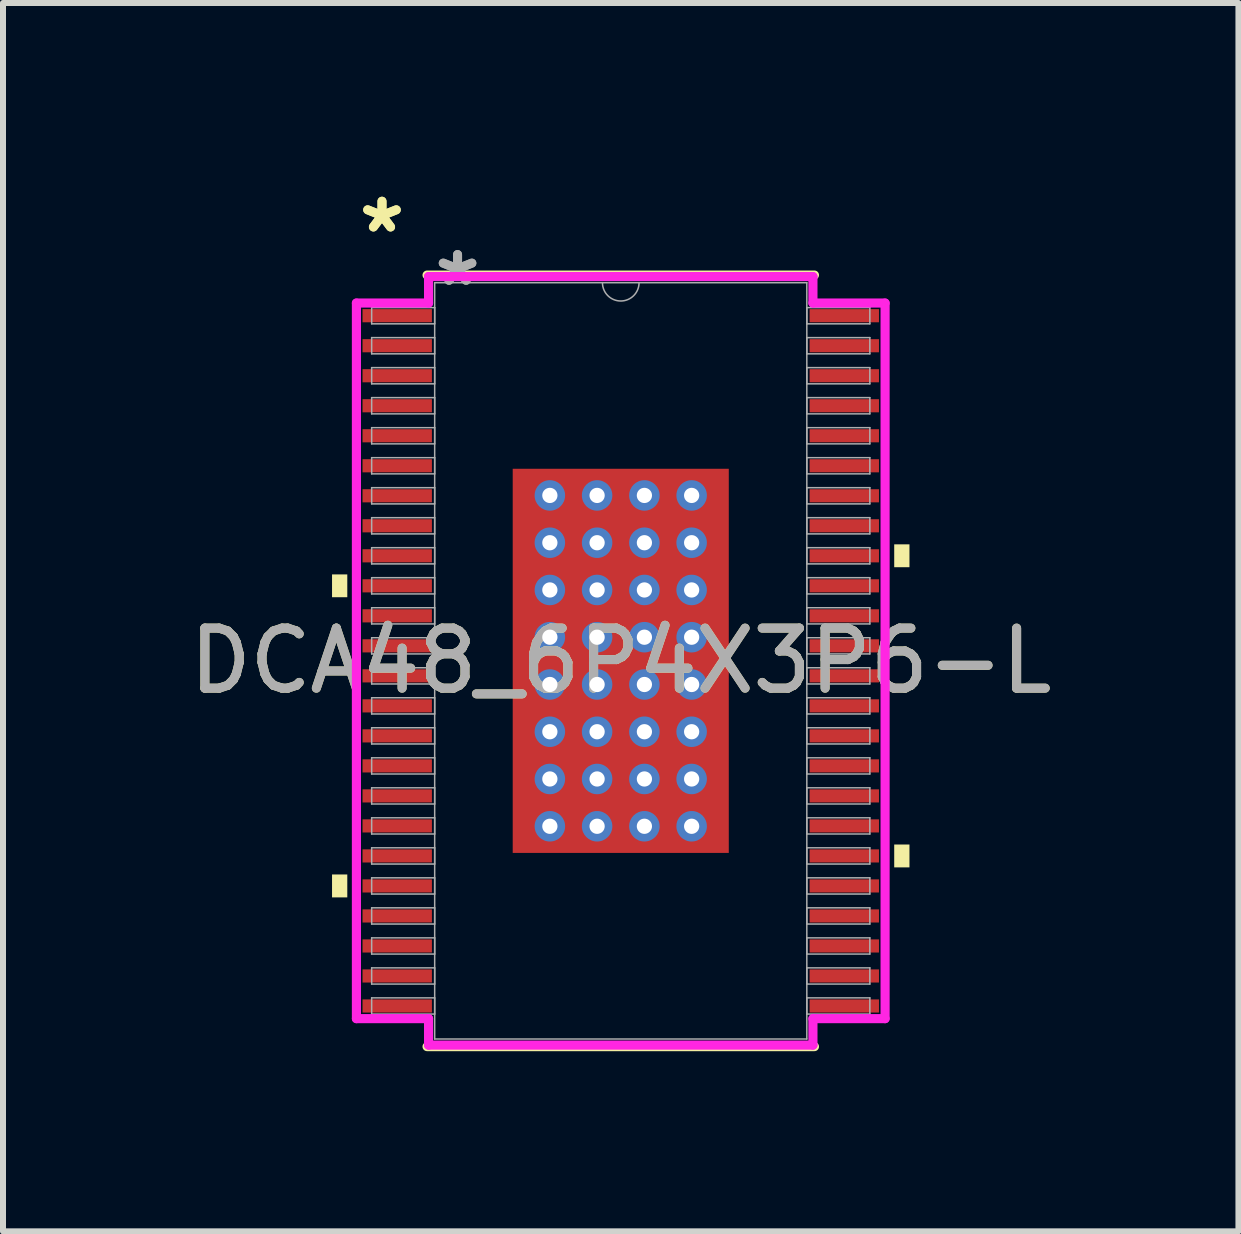
<source format=kicad_pcb>
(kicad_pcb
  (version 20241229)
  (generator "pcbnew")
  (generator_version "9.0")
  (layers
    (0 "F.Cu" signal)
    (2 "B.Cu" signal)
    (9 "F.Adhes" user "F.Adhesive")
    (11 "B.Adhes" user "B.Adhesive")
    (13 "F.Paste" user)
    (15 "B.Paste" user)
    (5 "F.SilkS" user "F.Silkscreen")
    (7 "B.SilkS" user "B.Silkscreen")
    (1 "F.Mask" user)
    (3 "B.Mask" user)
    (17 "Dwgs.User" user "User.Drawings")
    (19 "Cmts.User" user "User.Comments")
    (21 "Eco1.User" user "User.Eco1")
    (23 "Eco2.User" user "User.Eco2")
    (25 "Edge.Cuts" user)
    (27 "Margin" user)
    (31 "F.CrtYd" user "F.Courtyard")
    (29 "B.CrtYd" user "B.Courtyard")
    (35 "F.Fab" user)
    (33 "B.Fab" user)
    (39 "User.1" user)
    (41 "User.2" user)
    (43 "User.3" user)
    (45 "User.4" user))
  (footprint "DCA48_6P4X3P6-L"
    (layer "F.Cu")
    (at 7.292 7.96)
    (property "Reference" "DCA48_6P4X3P6-L" (at 0 0 0) (unlocked yes) (layer "F.SilkS") (effects (font (size 1 1) (thickness 0.15))))
    (attr smd)
    (fp_poly (pts (xy -1.863 -3.264) (xy -1.381 -3.264) (xy -1.381 3.264) (xy -1.863 3.264)) (stroke (width 0) (type solid)) (fill yes) (layer "F.Mask"))
    (fp_poly (pts (xy -1.863 -3.264) (xy 1.863 -3.264) (xy 1.863 -2.956) (xy -1.863 -2.956)) (stroke (width 0) (type solid)) (fill yes) (layer "F.Mask"))
    (fp_poly (pts (xy -1.863 -2.556) (xy 1.863 -2.556) (xy 1.863 -2.168) (xy -1.863 -2.168)) (stroke (width 0) (type solid)) (fill yes) (layer "F.Mask"))
    (fp_poly (pts (xy -1.863 -1.768) (xy 1.863 -1.768) (xy 1.863 -1.381) (xy -1.863 -1.381)) (stroke (width 0) (type solid)) (fill yes) (layer "F.Mask"))
    (fp_poly (pts (xy -1.863 -0.981) (xy 1.863 -0.981) (xy 1.863 -0.594) (xy -1.863 -0.594)) (stroke (width 0) (type solid)) (fill yes) (layer "F.Mask"))
    (fp_poly (pts (xy -1.863 -0.194) (xy 1.863 -0.194) (xy 1.863 0.194) (xy -1.863 0.194)) (stroke (width 0) (type solid)) (fill yes) (layer "F.Mask"))
    (fp_poly (pts (xy -1.863 0.594) (xy 1.863 0.594) (xy 1.863 0.981) (xy -1.863 0.981)) (stroke (width 0) (type solid)) (fill yes) (layer "F.Mask"))
    (fp_poly (pts (xy -1.863 1.381) (xy 1.863 1.381) (xy 1.863 1.768) (xy -1.863 1.768)) (stroke (width 0) (type solid)) (fill yes) (layer "F.Mask"))
    (fp_poly (pts (xy -1.863 2.168) (xy 1.863 2.168) (xy 1.863 2.556) (xy -1.863 2.556)) (stroke (width 0) (type solid)) (fill yes) (layer "F.Mask"))
    (fp_poly (pts (xy -1.863 2.956) (xy 1.863 2.956) (xy 1.863 3.264) (xy -1.863 3.264)) (stroke (width 0) (type solid)) (fill yes) (layer "F.Mask"))
    (fp_poly (pts (xy -0.594 -3.264) (xy -0.981 -3.264) (xy -0.981 3.264) (xy -0.594 3.264)) (stroke (width 0) (type solid)) (fill yes) (layer "F.Mask"))
    (fp_poly (pts (xy 0.194 -3.264) (xy -0.194 -3.264) (xy -0.194 3.264) (xy 0.194 3.264)) (stroke (width 0) (type solid)) (fill yes) (layer "F.Mask"))
    (fp_poly (pts (xy 0.981 -3.264) (xy 0.594 -3.264) (xy 0.594 3.264) (xy 0.981 3.264)) (stroke (width 0) (type solid)) (fill yes) (layer "F.Mask"))
    (fp_poly (pts (xy 1.381 -3.264) (xy 1.863 -3.264) (xy 1.863 3.264) (xy 1.381 3.264)) (stroke (width 0) (type solid)) (fill yes) (layer "F.Mask"))
    (fp_line (start -3.227 6.427) (end 3.227 6.427) (stroke (width 0.152) (type solid)) (layer "F.SilkS"))
    (fp_line (start 3.227 -6.427) (end -3.227 -6.427) (stroke (width 0.152) (type solid)) (layer "F.SilkS"))
    (fp_poly (pts (xy -4.81 -1.44) (xy -4.81 -1.06) (xy -4.556 -1.06) (xy -4.556 -1.44)) (stroke (width 0) (type solid)) (fill yes) (layer "F.SilkS"))
    (fp_poly (pts (xy -4.81 3.559) (xy -4.81 3.941) (xy -4.556 3.941) (xy -4.556 3.559)) (stroke (width 0) (type solid)) (fill yes) (layer "F.SilkS"))
    (fp_poly (pts (xy 4.81 -1.941) (xy 4.81 -1.56) (xy 4.556 -1.56) (xy 4.556 -1.941)) (stroke (width 0) (type solid)) (fill yes) (layer "F.SilkS"))
    (fp_poly (pts (xy 4.81 3.06) (xy 4.81 3.441) (xy 4.556 3.441) (xy 4.556 3.06)) (stroke (width 0) (type solid)) (fill yes) (layer "F.SilkS"))
    (fp_poly (pts (xy -1.725 -3.125) (xy -1.725 -2.856) (xy -1.423 -2.856) (xy -1.281 -2.997) (xy -1.281 -3.125)) (stroke (width 0) (type solid)) (fill yes) (layer "F.Paste"))
    (fp_poly (pts (xy -1.725 2.856) (xy -1.725 3.125) (xy -1.281 3.125) (xy -1.281 2.997) (xy -1.423 2.856)) (stroke (width 0) (type solid)) (fill yes) (layer "F.Paste"))
    (fp_poly (pts (xy 1.281 -3.125) (xy 1.281 -2.997) (xy 1.423 -2.856) (xy 1.725 -2.856) (xy 1.725 -3.125)) (stroke (width 0) (type solid)) (fill yes) (layer "F.Paste"))
    (fp_poly (pts (xy 1.423 2.856) (xy 1.281 2.997) (xy 1.281 3.125) (xy 1.725 3.125) (xy 1.725 2.856)) (stroke (width 0) (type solid)) (fill yes) (layer "F.Paste"))
    (fp_poly (pts (xy -1.725 -2.656) (xy -1.725 -2.068) (xy -1.423 -2.068) (xy -1.281 -2.21) (xy -1.281 -2.514) (xy -1.423 -2.656)) (stroke (width 0) (type solid)) (fill yes) (layer "F.Paste"))
    (fp_poly (pts (xy -1.725 -1.869) (xy -1.725 -1.281) (xy -1.423 -1.281) (xy -1.281 -1.423) (xy -1.281 -1.727) (xy -1.423 -1.869)) (stroke (width 0) (type solid)) (fill yes) (layer "F.Paste"))
    (fp_poly (pts (xy -1.725 -1.081) (xy -1.725 -0.494) (xy -1.423 -0.494) (xy -1.281 -0.635) (xy -1.281 -0.94) (xy -1.423 -1.081)) (stroke (width 0) (type solid)) (fill yes) (layer "F.Paste"))
    (fp_poly (pts (xy -1.725 -0.294) (xy -1.725 0.294) (xy -1.423 0.294) (xy -1.281 0.152) (xy -1.281 -0.152) (xy -1.423 -0.294)) (stroke (width 0) (type solid)) (fill yes) (layer "F.Paste"))
    (fp_poly (pts (xy -1.725 0.494) (xy -1.725 1.081) (xy -1.423 1.081) (xy -1.281 0.94) (xy -1.281 0.635) (xy -1.423 0.494)) (stroke (width 0) (type solid)) (fill yes) (layer "F.Paste"))
    (fp_poly (pts (xy -1.725 1.281) (xy -1.725 1.869) (xy -1.423 1.869) (xy -1.281 1.727) (xy -1.281 1.423) (xy -1.423 1.281)) (stroke (width 0) (type solid)) (fill yes) (layer "F.Paste"))
    (fp_poly (pts (xy -1.725 2.068) (xy -1.725 2.656) (xy -1.423 2.656) (xy -1.281 2.514) (xy -1.281 2.21) (xy -1.423 2.068)) (stroke (width 0) (type solid)) (fill yes) (layer "F.Paste"))
    (fp_poly (pts (xy -1.081 -3.125) (xy -1.081 -2.997) (xy -0.94 -2.856) (xy -0.635 -2.856) (xy -0.494 -2.997) (xy -0.494 -3.125)) (stroke (width 0) (type solid)) (fill yes) (layer "F.Paste"))
    (fp_poly (pts (xy -0.94 2.856) (xy -1.081 2.997) (xy -1.081 3.125) (xy -0.494 3.125) (xy -0.494 2.997) (xy -0.635 2.856)) (stroke (width 0) (type solid)) (fill yes) (layer "F.Paste"))
    (fp_poly (pts (xy -0.294 -3.125) (xy -0.294 -2.997) (xy -0.152 -2.856) (xy 0.152 -2.856) (xy 0.294 -2.997) (xy 0.294 -3.125)) (stroke (width 0) (type solid)) (fill yes) (layer "F.Paste"))
    (fp_poly (pts (xy -0.152 2.856) (xy -0.294 2.997) (xy -0.294 3.125) (xy 0.294 3.125) (xy 0.294 2.997) (xy 0.152 2.856)) (stroke (width 0) (type solid)) (fill yes) (layer "F.Paste"))
    (fp_poly (pts (xy 0.494 -3.125) (xy 0.494 -2.997) (xy 0.635 -2.856) (xy 0.94 -2.856) (xy 1.081 -2.997) (xy 1.081 -3.125)) (stroke (width 0) (type solid)) (fill yes) (layer "F.Paste"))
    (fp_poly (pts (xy 0.635 2.856) (xy 0.494 2.997) (xy 0.494 3.125) (xy 1.081 3.125) (xy 1.081 2.997) (xy 0.94 2.856)) (stroke (width 0) (type solid)) (fill yes) (layer "F.Paste"))
    (fp_poly (pts (xy 1.423 -2.656) (xy 1.281 -2.514) (xy 1.281 -2.21) (xy 1.423 -2.068) (xy 1.725 -2.068) (xy 1.725 -2.656)) (stroke (width 0) (type solid)) (fill yes) (layer "F.Paste"))
    (fp_poly (pts (xy 1.423 -1.869) (xy 1.281 -1.727) (xy 1.281 -1.423) (xy 1.423 -1.281) (xy 1.725 -1.281) (xy 1.725 -1.869)) (stroke (width 0) (type solid)) (fill yes) (layer "F.Paste"))
    (fp_poly (pts (xy 1.423 -1.081) (xy 1.281 -0.94) (xy 1.281 -0.635) (xy 1.423 -0.494) (xy 1.725 -0.494) (xy 1.725 -1.081)) (stroke (width 0) (type solid)) (fill yes) (layer "F.Paste"))
    (fp_poly (pts (xy 1.423 -0.294) (xy 1.281 -0.152) (xy 1.281 0.152) (xy 1.423 0.294) (xy 1.725 0.294) (xy 1.725 -0.294)) (stroke (width 0) (type solid)) (fill yes) (layer "F.Paste"))
    (fp_poly (pts (xy 1.423 0.494) (xy 1.281 0.635) (xy 1.281 0.94) (xy 1.423 1.081) (xy 1.725 1.081) (xy 1.725 0.494)) (stroke (width 0) (type solid)) (fill yes) (layer "F.Paste"))
    (fp_poly (pts (xy 1.423 1.281) (xy 1.281 1.423) (xy 1.281 1.727) (xy 1.423 1.869) (xy 1.725 1.869) (xy 1.725 1.281)) (stroke (width 0) (type solid)) (fill yes) (layer "F.Paste"))
    (fp_poly (pts (xy 1.423 2.068) (xy 1.281 2.21) (xy 1.281 2.514) (xy 1.423 2.656) (xy 1.725 2.656) (xy 1.725 2.068)) (stroke (width 0) (type solid)) (fill yes) (layer "F.Paste"))
    (fp_poly (pts (xy -0.94 -2.656) (xy -1.081 -2.514) (xy -1.081 -2.21) (xy -0.94 -2.068) (xy -0.635 -2.068) (xy -0.494 -2.21) (xy -0.494 -2.514) (xy -0.635 -2.656)) (stroke (width 0) (type solid)) (fill yes) (layer "F.Paste"))
    (fp_poly (pts (xy -0.94 -1.869) (xy -1.081 -1.727) (xy -1.081 -1.423) (xy -0.94 -1.281) (xy -0.635 -1.281) (xy -0.494 -1.423) (xy -0.494 -1.727) (xy -0.635 -1.869)) (stroke (width 0) (type solid)) (fill yes) (layer "F.Paste"))
    (fp_poly (pts (xy -0.94 -1.081) (xy -1.081 -0.94) (xy -1.081 -0.635) (xy -0.94 -0.494) (xy -0.635 -0.494) (xy -0.494 -0.635) (xy -0.494 -0.94) (xy -0.635 -1.081)) (stroke (width 0) (type solid)) (fill yes) (layer "F.Paste"))
    (fp_poly (pts (xy -0.94 -0.294) (xy -1.081 -0.152) (xy -1.081 0.152) (xy -0.94 0.294) (xy -0.635 0.294) (xy -0.494 0.152) (xy -0.494 -0.152) (xy -0.635 -0.294)) (stroke (width 0) (type solid)) (fill yes) (layer "F.Paste"))
    (fp_poly (pts (xy -0.94 0.494) (xy -1.081 0.635) (xy -1.081 0.94) (xy -0.94 1.081) (xy -0.635 1.081) (xy -0.494 0.94) (xy -0.494 0.635) (xy -0.635 0.494)) (stroke (width 0) (type solid)) (fill yes) (layer "F.Paste"))
    (fp_poly (pts (xy -0.94 1.281) (xy -1.081 1.423) (xy -1.081 1.727) (xy -0.94 1.869) (xy -0.635 1.869) (xy -0.494 1.727) (xy -0.494 1.423) (xy -0.635 1.281)) (stroke (width 0) (type solid)) (fill yes) (layer "F.Paste"))
    (fp_poly (pts (xy -0.94 2.068) (xy -1.081 2.21) (xy -1.081 2.514) (xy -0.94 2.656) (xy -0.635 2.656) (xy -0.494 2.514) (xy -0.494 2.21) (xy -0.635 2.068)) (stroke (width 0) (type solid)) (fill yes) (layer "F.Paste"))
    (fp_poly (pts (xy -0.152 -2.656) (xy -0.294 -2.514) (xy -0.294 -2.21) (xy -0.152 -2.068) (xy 0.152 -2.068) (xy 0.294 -2.21) (xy 0.294 -2.514) (xy 0.152 -2.656)) (stroke (width 0) (type solid)) (fill yes) (layer "F.Paste"))
    (fp_poly (pts (xy -0.152 -1.869) (xy -0.294 -1.727) (xy -0.294 -1.423) (xy -0.152 -1.281) (xy 0.152 -1.281) (xy 0.294 -1.423) (xy 0.294 -1.727) (xy 0.152 -1.869)) (stroke (width 0) (type solid)) (fill yes) (layer "F.Paste"))
    (fp_poly (pts (xy -0.152 -1.081) (xy -0.294 -0.94) (xy -0.294 -0.635) (xy -0.152 -0.494) (xy 0.152 -0.494) (xy 0.294 -0.635) (xy 0.294 -0.94) (xy 0.152 -1.081)) (stroke (width 0) (type solid)) (fill yes) (layer "F.Paste"))
    (fp_poly (pts (xy -0.152 -0.294) (xy -0.294 -0.152) (xy -0.294 0.152) (xy -0.152 0.294) (xy 0.152 0.294) (xy 0.294 0.152) (xy 0.294 -0.152) (xy 0.152 -0.294)) (stroke (width 0) (type solid)) (fill yes) (layer "F.Paste"))
    (fp_poly (pts (xy -0.152 0.494) (xy -0.294 0.635) (xy -0.294 0.94) (xy -0.152 1.081) (xy 0.152 1.081) (xy 0.294 0.94) (xy 0.294 0.635) (xy 0.152 0.494)) (stroke (width 0) (type solid)) (fill yes) (layer "F.Paste"))
    (fp_poly (pts (xy -0.152 1.281) (xy -0.294 1.423) (xy -0.294 1.727) (xy -0.152 1.869) (xy 0.152 1.869) (xy 0.294 1.727) (xy 0.294 1.423) (xy 0.152 1.281)) (stroke (width 0) (type solid)) (fill yes) (layer "F.Paste"))
    (fp_poly (pts (xy -0.152 2.068) (xy -0.294 2.21) (xy -0.294 2.514) (xy -0.152 2.656) (xy 0.152 2.656) (xy 0.294 2.514) (xy 0.294 2.21) (xy 0.152 2.068)) (stroke (width 0) (type solid)) (fill yes) (layer "F.Paste"))
    (fp_poly (pts (xy 0.635 -2.656) (xy 0.494 -2.514) (xy 0.494 -2.21) (xy 0.635 -2.068) (xy 0.94 -2.068) (xy 1.081 -2.21) (xy 1.081 -2.514) (xy 0.94 -2.656)) (stroke (width 0) (type solid)) (fill yes) (layer "F.Paste"))
    (fp_poly (pts (xy 0.635 -1.869) (xy 0.494 -1.727) (xy 0.494 -1.423) (xy 0.635 -1.281) (xy 0.94 -1.281) (xy 1.081 -1.423) (xy 1.081 -1.727) (xy 0.94 -1.869)) (stroke (width 0) (type solid)) (fill yes) (layer "F.Paste"))
    (fp_poly (pts (xy 0.635 -1.081) (xy 0.494 -0.94) (xy 0.494 -0.635) (xy 0.635 -0.494) (xy 0.94 -0.494) (xy 1.081 -0.635) (xy 1.081 -0.94) (xy 0.94 -1.081)) (stroke (width 0) (type solid)) (fill yes) (layer "F.Paste"))
    (fp_poly (pts (xy 0.635 -0.294) (xy 0.494 -0.152) (xy 0.494 0.152) (xy 0.635 0.294) (xy 0.94 0.294) (xy 1.081 0.152) (xy 1.081 -0.152) (xy 0.94 -0.294)) (stroke (width 0) (type solid)) (fill yes) (layer "F.Paste"))
    (fp_poly (pts (xy 0.635 0.494) (xy 0.494 0.635) (xy 0.494 0.94) (xy 0.635 1.081) (xy 0.94 1.081) (xy 1.081 0.94) (xy 1.081 0.635) (xy 0.94 0.494)) (stroke (width 0) (type solid)) (fill yes) (layer "F.Paste"))
    (fp_poly (pts (xy 0.635 1.281) (xy 0.494 1.423) (xy 0.494 1.727) (xy 0.635 1.869) (xy 0.94 1.869) (xy 1.081 1.727) (xy 1.081 1.423) (xy 0.94 1.281)) (stroke (width 0) (type solid)) (fill yes) (layer "F.Paste"))
    (fp_poly (pts (xy 0.635 2.068) (xy 0.494 2.21) (xy 0.494 2.514) (xy 0.635 2.656) (xy 0.94 2.656) (xy 1.081 2.514) (xy 1.081 2.21) (xy 0.94 2.068)) (stroke (width 0) (type solid)) (fill yes) (layer "F.Paste"))
    (fp_line (start -4.404 -5.961) (end -3.202 -5.961) (stroke (width 0.152) (type solid)) (layer "F.CrtYd"))
    (fp_line (start -4.404 5.961) (end -4.404 -5.961) (stroke (width 0.152) (type solid)) (layer "F.CrtYd"))
    (fp_line (start -4.404 5.961) (end -3.202 5.961) (stroke (width 0.152) (type solid)) (layer "F.CrtYd"))
    (fp_line (start -3.202 -6.402) (end 3.202 -6.402) (stroke (width 0.152) (type solid)) (layer "F.CrtYd"))
    (fp_line (start -3.202 -5.961) (end -3.202 -6.402) (stroke (width 0.152) (type solid)) (layer "F.CrtYd"))
    (fp_line (start -3.202 6.402) (end -3.202 5.961) (stroke (width 0.152) (type solid)) (layer "F.CrtYd"))
    (fp_line (start 3.202 -6.402) (end 3.202 -5.961) (stroke (width 0.152) (type solid)) (layer "F.CrtYd"))
    (fp_line (start 3.202 5.961) (end 3.202 6.402) (stroke (width 0.152) (type solid)) (layer "F.CrtYd"))
    (fp_line (start 3.202 6.402) (end -3.202 6.402) (stroke (width 0.152) (type solid)) (layer "F.CrtYd"))
    (fp_line (start 4.404 -5.961) (end 3.202 -5.961) (stroke (width 0.152) (type solid)) (layer "F.CrtYd"))
    (fp_line (start 4.404 -5.961) (end 4.404 5.961) (stroke (width 0.152) (type solid)) (layer "F.CrtYd"))
    (fp_line (start 4.404 5.961) (end 3.202 5.961) (stroke (width 0.152) (type solid)) (layer "F.CrtYd"))
    (fp_line (start -4.15 -5.885) (end -4.15 -5.615) (stroke (width 0.025) (type solid)) (layer "F.Fab"))
    (fp_line (start -4.15 -5.615) (end -3.1 -5.615) (stroke (width 0.025) (type solid)) (layer "F.Fab"))
    (fp_line (start -4.15 -5.385) (end -4.15 -5.115) (stroke (width 0.025) (type solid)) (layer "F.Fab"))
    (fp_line (start -4.15 -5.115) (end -3.1 -5.115) (stroke (width 0.025) (type solid)) (layer "F.Fab"))
    (fp_line (start -4.15 -4.885) (end -4.15 -4.615) (stroke (width 0.025) (type solid)) (layer "F.Fab"))
    (fp_line (start -4.15 -4.615) (end -3.1 -4.615) (stroke (width 0.025) (type solid)) (layer "F.Fab"))
    (fp_line (start -4.15 -4.385) (end -4.15 -4.115) (stroke (width 0.025) (type solid)) (layer "F.Fab"))
    (fp_line (start -4.15 -4.115) (end -3.1 -4.115) (stroke (width 0.025) (type solid)) (layer "F.Fab"))
    (fp_line (start -4.15 -3.885) (end -4.15 -3.615) (stroke (width 0.025) (type solid)) (layer "F.Fab"))
    (fp_line (start -4.15 -3.615) (end -3.1 -3.615) (stroke (width 0.025) (type solid)) (layer "F.Fab"))
    (fp_line (start -4.15 -3.385) (end -4.15 -3.115) (stroke (width 0.025) (type solid)) (layer "F.Fab"))
    (fp_line (start -4.15 -3.115) (end -3.1 -3.115) (stroke (width 0.025) (type solid)) (layer "F.Fab"))
    (fp_line (start -4.15 -2.885) (end -4.15 -2.615) (stroke (width 0.025) (type solid)) (layer "F.Fab"))
    (fp_line (start -4.15 -2.615) (end -3.1 -2.615) (stroke (width 0.025) (type solid)) (layer "F.Fab"))
    (fp_line (start -4.15 -2.385) (end -4.15 -2.115) (stroke (width 0.025) (type solid)) (layer "F.Fab"))
    (fp_line (start -4.15 -2.115) (end -3.1 -2.115) (stroke (width 0.025) (type solid)) (layer "F.Fab"))
    (fp_line (start -4.15 -1.885) (end -4.15 -1.615) (stroke (width 0.025) (type solid)) (layer "F.Fab"))
    (fp_line (start -4.15 -1.615) (end -3.1 -1.615) (stroke (width 0.025) (type solid)) (layer "F.Fab"))
    (fp_line (start -4.15 -1.385) (end -4.15 -1.115) (stroke (width 0.025) (type solid)) (layer "F.Fab"))
    (fp_line (start -4.15 -1.115) (end -3.1 -1.115) (stroke (width 0.025) (type solid)) (layer "F.Fab"))
    (fp_line (start -4.15 -0.885) (end -4.15 -0.615) (stroke (width 0.025) (type solid)) (layer "F.Fab"))
    (fp_line (start -4.15 -0.615) (end -3.1 -0.615) (stroke (width 0.025) (type solid)) (layer "F.Fab"))
    (fp_line (start -4.15 -0.385) (end -4.15 -0.115) (stroke (width 0.025) (type solid)) (layer "F.Fab"))
    (fp_line (start -4.15 -0.115) (end -3.1 -0.115) (stroke (width 0.025) (type solid)) (layer "F.Fab"))
    (fp_line (start -4.15 0.115) (end -4.15 0.385) (stroke (width 0.025) (type solid)) (layer "F.Fab"))
    (fp_line (start -4.15 0.385) (end -3.1 0.385) (stroke (width 0.025) (type solid)) (layer "F.Fab"))
    (fp_line (start -4.15 0.615) (end -4.15 0.885) (stroke (width 0.025) (type solid)) (layer "F.Fab"))
    (fp_line (start -4.15 0.885) (end -3.1 0.885) (stroke (width 0.025) (type solid)) (layer "F.Fab"))
    (fp_line (start -4.15 1.115) (end -4.15 1.385) (stroke (width 0.025) (type solid)) (layer "F.Fab"))
    (fp_line (start -4.15 1.385) (end -3.1 1.385) (stroke (width 0.025) (type solid)) (layer "F.Fab"))
    (fp_line (start -4.15 1.615) (end -4.15 1.885) (stroke (width 0.025) (type solid)) (layer "F.Fab"))
    (fp_line (start -4.15 1.885) (end -3.1 1.885) (stroke (width 0.025) (type solid)) (layer "F.Fab"))
    (fp_line (start -4.15 2.115) (end -4.15 2.385) (stroke (width 0.025) (type solid)) (layer "F.Fab"))
    (fp_line (start -4.15 2.385) (end -3.1 2.385) (stroke (width 0.025) (type solid)) (layer "F.Fab"))
    (fp_line (start -4.15 2.615) (end -4.15 2.885) (stroke (width 0.025) (type solid)) (layer "F.Fab"))
    (fp_line (start -4.15 2.885) (end -3.1 2.885) (stroke (width 0.025) (type solid)) (layer "F.Fab"))
    (fp_line (start -4.15 3.115) (end -4.15 3.385) (stroke (width 0.025) (type solid)) (layer "F.Fab"))
    (fp_line (start -4.15 3.385) (end -3.1 3.385) (stroke (width 0.025) (type solid)) (layer "F.Fab"))
    (fp_line (start -4.15 3.615) (end -4.15 3.885) (stroke (width 0.025) (type solid)) (layer "F.Fab"))
    (fp_line (start -4.15 3.885) (end -3.1 3.885) (stroke (width 0.025) (type solid)) (layer "F.Fab"))
    (fp_line (start -4.15 4.115) (end -4.15 4.385) (stroke (width 0.025) (type solid)) (layer "F.Fab"))
    (fp_line (start -4.15 4.385) (end -3.1 4.385) (stroke (width 0.025) (type solid)) (layer "F.Fab"))
    (fp_line (start -4.15 4.615) (end -4.15 4.885) (stroke (width 0.025) (type solid)) (layer "F.Fab"))
    (fp_line (start -4.15 4.885) (end -3.1 4.885) (stroke (width 0.025) (type solid)) (layer "F.Fab"))
    (fp_line (start -4.15 5.115) (end -4.15 5.385) (stroke (width 0.025) (type solid)) (layer "F.Fab"))
    (fp_line (start -4.15 5.385) (end -3.1 5.385) (stroke (width 0.025) (type solid)) (layer "F.Fab"))
    (fp_line (start -4.15 5.615) (end -4.15 5.885) (stroke (width 0.025) (type solid)) (layer "F.Fab"))
    (fp_line (start -4.15 5.885) (end -3.1 5.885) (stroke (width 0.025) (type solid)) (layer "F.Fab"))
    (fp_line (start -3.1 -5.885) (end -4.15 -5.885) (stroke (width 0.025) (type solid)) (layer "F.Fab"))
    (fp_line (start -3.1 -5.615) (end -3.1 -5.885) (stroke (width 0.025) (type solid)) (layer "F.Fab"))
    (fp_line (start -3.1 -5.385) (end -4.15 -5.385) (stroke (width 0.025) (type solid)) (layer "F.Fab"))
    (fp_line (start -3.1 -5.115) (end -3.1 -5.385) (stroke (width 0.025) (type solid)) (layer "F.Fab"))
    (fp_line (start -3.1 -4.885) (end -4.15 -4.885) (stroke (width 0.025) (type solid)) (layer "F.Fab"))
    (fp_line (start -3.1 -4.615) (end -3.1 -4.885) (stroke (width 0.025) (type solid)) (layer "F.Fab"))
    (fp_line (start -3.1 -4.385) (end -4.15 -4.385) (stroke (width 0.025) (type solid)) (layer "F.Fab"))
    (fp_line (start -3.1 -4.115) (end -3.1 -4.385) (stroke (width 0.025) (type solid)) (layer "F.Fab"))
    (fp_line (start -3.1 -3.885) (end -4.15 -3.885) (stroke (width 0.025) (type solid)) (layer "F.Fab"))
    (fp_line (start -3.1 -3.615) (end -3.1 -3.885) (stroke (width 0.025) (type solid)) (layer "F.Fab"))
    (fp_line (start -3.1 -3.385) (end -4.15 -3.385) (stroke (width 0.025) (type solid)) (layer "F.Fab"))
    (fp_line (start -3.1 -3.115) (end -3.1 -3.385) (stroke (width 0.025) (type solid)) (layer "F.Fab"))
    (fp_line (start -3.1 -2.885) (end -4.15 -2.885) (stroke (width 0.025) (type solid)) (layer "F.Fab"))
    (fp_line (start -3.1 -2.615) (end -3.1 -2.885) (stroke (width 0.025) (type solid)) (layer "F.Fab"))
    (fp_line (start -3.1 -2.385) (end -4.15 -2.385) (stroke (width 0.025) (type solid)) (layer "F.Fab"))
    (fp_line (start -3.1 -2.115) (end -3.1 -2.385) (stroke (width 0.025) (type solid)) (layer "F.Fab"))
    (fp_line (start -3.1 -1.885) (end -4.15 -1.885) (stroke (width 0.025) (type solid)) (layer "F.Fab"))
    (fp_line (start -3.1 -1.615) (end -3.1 -1.885) (stroke (width 0.025) (type solid)) (layer "F.Fab"))
    (fp_line (start -3.1 -1.385) (end -4.15 -1.385) (stroke (width 0.025) (type solid)) (layer "F.Fab"))
    (fp_line (start -3.1 -1.115) (end -3.1 -1.385) (stroke (width 0.025) (type solid)) (layer "F.Fab"))
    (fp_line (start -3.1 -0.885) (end -4.15 -0.885) (stroke (width 0.025) (type solid)) (layer "F.Fab"))
    (fp_line (start -3.1 -0.615) (end -3.1 -0.885) (stroke (width 0.025) (type solid)) (layer "F.Fab"))
    (fp_line (start -3.1 -0.385) (end -4.15 -0.385) (stroke (width 0.025) (type solid)) (layer "F.Fab"))
    (fp_line (start -3.1 -0.115) (end -3.1 -0.385) (stroke (width 0.025) (type solid)) (layer "F.Fab"))
    (fp_line (start -3.1 0.115) (end -4.15 0.115) (stroke (width 0.025) (type solid)) (layer "F.Fab"))
    (fp_line (start -3.1 0.385) (end -3.1 0.115) (stroke (width 0.025) (type solid)) (layer "F.Fab"))
    (fp_line (start -3.1 0.615) (end -4.15 0.615) (stroke (width 0.025) (type solid)) (layer "F.Fab"))
    (fp_line (start -3.1 0.885) (end -3.1 0.615) (stroke (width 0.025) (type solid)) (layer "F.Fab"))
    (fp_line (start -3.1 1.115) (end -4.15 1.115) (stroke (width 0.025) (type solid)) (layer "F.Fab"))
    (fp_line (start -3.1 1.385) (end -3.1 1.115) (stroke (width 0.025) (type solid)) (layer "F.Fab"))
    (fp_line (start -3.1 1.615) (end -4.15 1.615) (stroke (width 0.025) (type solid)) (layer "F.Fab"))
    (fp_line (start -3.1 1.885) (end -3.1 1.615) (stroke (width 0.025) (type solid)) (layer "F.Fab"))
    (fp_line (start -3.1 2.115) (end -4.15 2.115) (stroke (width 0.025) (type solid)) (layer "F.Fab"))
    (fp_line (start -3.1 2.385) (end -3.1 2.115) (stroke (width 0.025) (type solid)) (layer "F.Fab"))
    (fp_line (start -3.1 2.615) (end -4.15 2.615) (stroke (width 0.025) (type solid)) (layer "F.Fab"))
    (fp_line (start -3.1 2.885) (end -3.1 2.615) (stroke (width 0.025) (type solid)) (layer "F.Fab"))
    (fp_line (start -3.1 3.115) (end -4.15 3.115) (stroke (width 0.025) (type solid)) (layer "F.Fab"))
    (fp_line (start -3.1 3.385) (end -3.1 3.115) (stroke (width 0.025) (type solid)) (layer "F.Fab"))
    (fp_line (start -3.1 3.615) (end -4.15 3.615) (stroke (width 0.025) (type solid)) (layer "F.Fab"))
    (fp_line (start -3.1 3.885) (end -3.1 3.615) (stroke (width 0.025) (type solid)) (layer "F.Fab"))
    (fp_line (start -3.1 4.115) (end -4.15 4.115) (stroke (width 0.025) (type solid)) (layer "F.Fab"))
    (fp_line (start -3.1 4.385) (end -3.1 4.115) (stroke (width 0.025) (type solid)) (layer "F.Fab"))
    (fp_line (start -3.1 4.615) (end -4.15 4.615) (stroke (width 0.025) (type solid)) (layer "F.Fab"))
    (fp_line (start -3.1 4.885) (end -3.1 4.615) (stroke (width 0.025) (type solid)) (layer "F.Fab"))
    (fp_line (start -3.1 5.115) (end -4.15 5.115) (stroke (width 0.025) (type solid)) (layer "F.Fab"))
    (fp_line (start -3.1 5.385) (end -3.1 5.115) (stroke (width 0.025) (type solid)) (layer "F.Fab"))
    (fp_line (start -3.1 5.615) (end -4.15 5.615) (stroke (width 0.025) (type solid)) (layer "F.Fab"))
    (fp_line (start -3.1 5.885) (end -3.1 5.615) (stroke (width 0.025) (type solid)) (layer "F.Fab"))
    (fp_line (start -3.1 -6.3) (end -3.1 6.3) (stroke (width 0.025) (type solid)) (layer "F.Fab"))
    (fp_line (start -3.1 6.3) (end 3.1 6.3) (stroke (width 0.025) (type solid)) (layer "F.Fab"))
    (fp_line (start 3.1 -6.3) (end -3.1 -6.3) (stroke (width 0.025) (type solid)) (layer "F.Fab"))
    (fp_line (start 3.1 6.3) (end 3.1 -6.3) (stroke (width 0.025) (type solid)) (layer "F.Fab"))
    (fp_line (start 3.1 -5.885) (end 3.1 -5.615) (stroke (width 0.025) (type solid)) (layer "F.Fab"))
    (fp_line (start 3.1 -5.615) (end 4.15 -5.615) (stroke (width 0.025) (type solid)) (layer "F.Fab"))
    (fp_line (start 3.1 -5.385) (end 3.1 -5.115) (stroke (width 0.025) (type solid)) (layer "F.Fab"))
    (fp_line (start 3.1 -5.115) (end 4.15 -5.115) (stroke (width 0.025) (type solid)) (layer "F.Fab"))
    (fp_line (start 3.1 -4.885) (end 3.1 -4.615) (stroke (width 0.025) (type solid)) (layer "F.Fab"))
    (fp_line (start 3.1 -4.615) (end 4.15 -4.615) (stroke (width 0.025) (type solid)) (layer "F.Fab"))
    (fp_line (start 3.1 -4.385) (end 3.1 -4.115) (stroke (width 0.025) (type solid)) (layer "F.Fab"))
    (fp_line (start 3.1 -4.115) (end 4.15 -4.115) (stroke (width 0.025) (type solid)) (layer "F.Fab"))
    (fp_line (start 3.1 -3.885) (end 3.1 -3.615) (stroke (width 0.025) (type solid)) (layer "F.Fab"))
    (fp_line (start 3.1 -3.615) (end 4.15 -3.615) (stroke (width 0.025) (type solid)) (layer "F.Fab"))
    (fp_line (start 3.1 -3.385) (end 3.1 -3.115) (stroke (width 0.025) (type solid)) (layer "F.Fab"))
    (fp_line (start 3.1 -3.115) (end 4.15 -3.115) (stroke (width 0.025) (type solid)) (layer "F.Fab"))
    (fp_line (start 3.1 -2.885) (end 3.1 -2.615) (stroke (width 0.025) (type solid)) (layer "F.Fab"))
    (fp_line (start 3.1 -2.615) (end 4.15 -2.615) (stroke (width 0.025) (type solid)) (layer "F.Fab"))
    (fp_line (start 3.1 -2.385) (end 3.1 -2.115) (stroke (width 0.025) (type solid)) (layer "F.Fab"))
    (fp_line (start 3.1 -2.115) (end 4.15 -2.115) (stroke (width 0.025) (type solid)) (layer "F.Fab"))
    (fp_line (start 3.1 -1.885) (end 3.1 -1.615) (stroke (width 0.025) (type solid)) (layer "F.Fab"))
    (fp_line (start 3.1 -1.615) (end 4.15 -1.615) (stroke (width 0.025) (type solid)) (layer "F.Fab"))
    (fp_line (start 3.1 -1.385) (end 3.1 -1.115) (stroke (width 0.025) (type solid)) (layer "F.Fab"))
    (fp_line (start 3.1 -1.115) (end 4.15 -1.115) (stroke (width 0.025) (type solid)) (layer "F.Fab"))
    (fp_line (start 3.1 -0.885) (end 3.1 -0.615) (stroke (width 0.025) (type solid)) (layer "F.Fab"))
    (fp_line (start 3.1 -0.615) (end 4.15 -0.615) (stroke (width 0.025) (type solid)) (layer "F.Fab"))
    (fp_line (start 3.1 -0.385) (end 3.1 -0.115) (stroke (width 0.025) (type solid)) (layer "F.Fab"))
    (fp_line (start 3.1 -0.115) (end 4.15 -0.115) (stroke (width 0.025) (type solid)) (layer "F.Fab"))
    (fp_line (start 3.1 0.115) (end 3.1 0.385) (stroke (width 0.025) (type solid)) (layer "F.Fab"))
    (fp_line (start 3.1 0.385) (end 4.15 0.385) (stroke (width 0.025) (type solid)) (layer "F.Fab"))
    (fp_line (start 3.1 0.615) (end 3.1 0.885) (stroke (width 0.025) (type solid)) (layer "F.Fab"))
    (fp_line (start 3.1 0.885) (end 4.15 0.885) (stroke (width 0.025) (type solid)) (layer "F.Fab"))
    (fp_line (start 3.1 1.115) (end 3.1 1.385) (stroke (width 0.025) (type solid)) (layer "F.Fab"))
    (fp_line (start 3.1 1.385) (end 4.15 1.385) (stroke (width 0.025) (type solid)) (layer "F.Fab"))
    (fp_line (start 3.1 1.615) (end 3.1 1.885) (stroke (width 0.025) (type solid)) (layer "F.Fab"))
    (fp_line (start 3.1 1.885) (end 4.15 1.885) (stroke (width 0.025) (type solid)) (layer "F.Fab"))
    (fp_line (start 3.1 2.115) (end 3.1 2.385) (stroke (width 0.025) (type solid)) (layer "F.Fab"))
    (fp_line (start 3.1 2.385) (end 4.15 2.385) (stroke (width 0.025) (type solid)) (layer "F.Fab"))
    (fp_line (start 3.1 2.615) (end 3.1 2.885) (stroke (width 0.025) (type solid)) (layer "F.Fab"))
    (fp_line (start 3.1 2.885) (end 4.15 2.885) (stroke (width 0.025) (type solid)) (layer "F.Fab"))
    (fp_line (start 3.1 3.115) (end 3.1 3.385) (stroke (width 0.025) (type solid)) (layer "F.Fab"))
    (fp_line (start 3.1 3.385) (end 4.15 3.385) (stroke (width 0.025) (type solid)) (layer "F.Fab"))
    (fp_line (start 3.1 3.615) (end 3.1 3.885) (stroke (width 0.025) (type solid)) (layer "F.Fab"))
    (fp_line (start 3.1 3.885) (end 4.15 3.885) (stroke (width 0.025) (type solid)) (layer "F.Fab"))
    (fp_line (start 3.1 4.115) (end 3.1 4.385) (stroke (width 0.025) (type solid)) (layer "F.Fab"))
    (fp_line (start 3.1 4.385) (end 4.15 4.385) (stroke (width 0.025) (type solid)) (layer "F.Fab"))
    (fp_line (start 3.1 4.615) (end 3.1 4.885) (stroke (width 0.025) (type solid)) (layer "F.Fab"))
    (fp_line (start 3.1 4.885) (end 4.15 4.885) (stroke (width 0.025) (type solid)) (layer "F.Fab"))
    (fp_line (start 3.1 5.115) (end 3.1 5.385) (stroke (width 0.025) (type solid)) (layer "F.Fab"))
    (fp_line (start 3.1 5.385) (end 4.15 5.385) (stroke (width 0.025) (type solid)) (layer "F.Fab"))
    (fp_line (start 3.1 5.615) (end 3.1 5.885) (stroke (width 0.025) (type solid)) (layer "F.Fab"))
    (fp_line (start 3.1 5.885) (end 4.15 5.885) (stroke (width 0.025) (type solid)) (layer "F.Fab"))
    (fp_line (start 4.15 -5.885) (end 3.1 -5.885) (stroke (width 0.025) (type solid)) (layer "F.Fab"))
    (fp_line (start 4.15 -5.615) (end 4.15 -5.885) (stroke (width 0.025) (type solid)) (layer "F.Fab"))
    (fp_line (start 4.15 -5.385) (end 3.1 -5.385) (stroke (width 0.025) (type solid)) (layer "F.Fab"))
    (fp_line (start 4.15 -5.115) (end 4.15 -5.385) (stroke (width 0.025) (type solid)) (layer "F.Fab"))
    (fp_line (start 4.15 -4.885) (end 3.1 -4.885) (stroke (width 0.025) (type solid)) (layer "F.Fab"))
    (fp_line (start 4.15 -4.615) (end 4.15 -4.885) (stroke (width 0.025) (type solid)) (layer "F.Fab"))
    (fp_line (start 4.15 -4.385) (end 3.1 -4.385) (stroke (width 0.025) (type solid)) (layer "F.Fab"))
    (fp_line (start 4.15 -4.115) (end 4.15 -4.385) (stroke (width 0.025) (type solid)) (layer "F.Fab"))
    (fp_line (start 4.15 -3.885) (end 3.1 -3.885) (stroke (width 0.025) (type solid)) (layer "F.Fab"))
    (fp_line (start 4.15 -3.615) (end 4.15 -3.885) (stroke (width 0.025) (type solid)) (layer "F.Fab"))
    (fp_line (start 4.15 -3.385) (end 3.1 -3.385) (stroke (width 0.025) (type solid)) (layer "F.Fab"))
    (fp_line (start 4.15 -3.115) (end 4.15 -3.385) (stroke (width 0.025) (type solid)) (layer "F.Fab"))
    (fp_line (start 4.15 -2.885) (end 3.1 -2.885) (stroke (width 0.025) (type solid)) (layer "F.Fab"))
    (fp_line (start 4.15 -2.615) (end 4.15 -2.885) (stroke (width 0.025) (type solid)) (layer "F.Fab"))
    (fp_line (start 4.15 -2.385) (end 3.1 -2.385) (stroke (width 0.025) (type solid)) (layer "F.Fab"))
    (fp_line (start 4.15 -2.115) (end 4.15 -2.385) (stroke (width 0.025) (type solid)) (layer "F.Fab"))
    (fp_line (start 4.15 -1.885) (end 3.1 -1.885) (stroke (width 0.025) (type solid)) (layer "F.Fab"))
    (fp_line (start 4.15 -1.615) (end 4.15 -1.885) (stroke (width 0.025) (type solid)) (layer "F.Fab"))
    (fp_line (start 4.15 -1.385) (end 3.1 -1.385) (stroke (width 0.025) (type solid)) (layer "F.Fab"))
    (fp_line (start 4.15 -1.115) (end 4.15 -1.385) (stroke (width 0.025) (type solid)) (layer "F.Fab"))
    (fp_line (start 4.15 -0.885) (end 3.1 -0.885) (stroke (width 0.025) (type solid)) (layer "F.Fab"))
    (fp_line (start 4.15 -0.615) (end 4.15 -0.885) (stroke (width 0.025) (type solid)) (layer "F.Fab"))
    (fp_line (start 4.15 -0.385) (end 3.1 -0.385) (stroke (width 0.025) (type solid)) (layer "F.Fab"))
    (fp_line (start 4.15 -0.115) (end 4.15 -0.385) (stroke (width 0.025) (type solid)) (layer "F.Fab"))
    (fp_line (start 4.15 0.115) (end 3.1 0.115) (stroke (width 0.025) (type solid)) (layer "F.Fab"))
    (fp_line (start 4.15 0.385) (end 4.15 0.115) (stroke (width 0.025) (type solid)) (layer "F.Fab"))
    (fp_line (start 4.15 0.615) (end 3.1 0.615) (stroke (width 0.025) (type solid)) (layer "F.Fab"))
    (fp_line (start 4.15 0.885) (end 4.15 0.615) (stroke (width 0.025) (type solid)) (layer "F.Fab"))
    (fp_line (start 4.15 1.115) (end 3.1 1.115) (stroke (width 0.025) (type solid)) (layer "F.Fab"))
    (fp_line (start 4.15 1.385) (end 4.15 1.115) (stroke (width 0.025) (type solid)) (layer "F.Fab"))
    (fp_line (start 4.15 1.615) (end 3.1 1.615) (stroke (width 0.025) (type solid)) (layer "F.Fab"))
    (fp_line (start 4.15 1.885) (end 4.15 1.615) (stroke (width 0.025) (type solid)) (layer "F.Fab"))
    (fp_line (start 4.15 2.115) (end 3.1 2.115) (stroke (width 0.025) (type solid)) (layer "F.Fab"))
    (fp_line (start 4.15 2.385) (end 4.15 2.115) (stroke (width 0.025) (type solid)) (layer "F.Fab"))
    (fp_line (start 4.15 2.615) (end 3.1 2.615) (stroke (width 0.025) (type solid)) (layer "F.Fab"))
    (fp_line (start 4.15 2.885) (end 4.15 2.615) (stroke (width 0.025) (type solid)) (layer "F.Fab"))
    (fp_line (start 4.15 3.115) (end 3.1 3.115) (stroke (width 0.025) (type solid)) (layer "F.Fab"))
    (fp_line (start 4.15 3.385) (end 4.15 3.115) (stroke (width 0.025) (type solid)) (layer "F.Fab"))
    (fp_line (start 4.15 3.615) (end 3.1 3.615) (stroke (width 0.025) (type solid)) (layer "F.Fab"))
    (fp_line (start 4.15 3.885) (end 4.15 3.615) (stroke (width 0.025) (type solid)) (layer "F.Fab"))
    (fp_line (start 4.15 4.115) (end 3.1 4.115) (stroke (width 0.025) (type solid)) (layer "F.Fab"))
    (fp_line (start 4.15 4.385) (end 4.15 4.115) (stroke (width 0.025) (type solid)) (layer "F.Fab"))
    (fp_line (start 4.15 4.615) (end 3.1 4.615) (stroke (width 0.025) (type solid)) (layer "F.Fab"))
    (fp_line (start 4.15 4.885) (end 4.15 4.615) (stroke (width 0.025) (type solid)) (layer "F.Fab"))
    (fp_line (start 4.15 5.115) (end 3.1 5.115) (stroke (width 0.025) (type solid)) (layer "F.Fab"))
    (fp_line (start 4.15 5.385) (end 4.15 5.115) (stroke (width 0.025) (type solid)) (layer "F.Fab"))
    (fp_line (start 4.15 5.615) (end 3.1 5.615) (stroke (width 0.025) (type solid)) (layer "F.Fab"))
    (fp_line (start 4.15 5.885) (end 4.15 5.615) (stroke (width 0.025) (type solid)) (layer "F.Fab"))
    (fp_arc (start 0.3048 -6.3) (mid 0 -5.9952) (end -0.3048 -6.3) (stroke (width 0.0254) (type solid)) (layer "F.Fab"))
    (fp_text user "*" (at -3.978 -7.112 0) (layer "F.SilkS") (effects (font (size 1 1) (thickness 0.15))))
    (fp_text user "*" (at -3.978 -7.112 0) (unlocked yes) (layer "F.SilkS") (effects (font (size 1 1) (thickness 0.15))))
    (fp_text user "${REFERENCE}" (at 0 0 0) (unlocked yes) (layer "F.Fab") (effects (font (size 1 1) (thickness 0.15))))
    (fp_text user "*" (at -2.719 -6.224 0) (unlocked yes) (layer "F.Fab") (effects (font (size 1 1) (thickness 0.15))))
    (fp_text user "*" (at -2.719 -6.224 0) (layer "F.Fab") (effects (font (size 1 1) (thickness 0.15))))
    (pad "1" smd rect (at -3.724 -5.75) (size 1.156 0.219) (layers "F.Cu" "F.Mask" "F.Paste"))
    (pad "2" smd rect (at -3.724 -5.25) (size 1.156 0.219) (layers "F.Cu" "F.Mask" "F.Paste"))
    (pad "3" smd rect (at -3.724 -4.75) (size 1.156 0.219) (layers "F.Cu" "F.Mask" "F.Paste"))
    (pad "4" smd rect (at -3.724 -4.25) (size 1.156 0.219) (layers "F.Cu" "F.Mask" "F.Paste"))
    (pad "5" smd rect (at -3.724 -3.75) (size 1.156 0.219) (layers "F.Cu" "F.Mask" "F.Paste"))
    (pad "6" smd rect (at -3.724 -3.25) (size 1.156 0.219) (layers "F.Cu" "F.Mask" "F.Paste"))
    (pad "7" smd rect (at -3.724 -2.75) (size 1.156 0.219) (layers "F.Cu" "F.Mask" "F.Paste"))
    (pad "8" smd rect (at -3.724 -2.25) (size 1.156 0.219) (layers "F.Cu" "F.Mask" "F.Paste"))
    (pad "9" smd rect (at -3.724 -1.75) (size 1.156 0.219) (layers "F.Cu" "F.Mask" "F.Paste"))
    (pad "10" smd rect (at -3.724 -1.25) (size 1.156 0.219) (layers "F.Cu" "F.Mask" "F.Paste"))
    (pad "11" smd rect (at -3.724 -0.75) (size 1.156 0.219) (layers "F.Cu" "F.Mask" "F.Paste"))
    (pad "12" smd rect (at -3.724 -0.25) (size 1.156 0.219) (layers "F.Cu" "F.Mask" "F.Paste"))
    (pad "13" smd rect (at -3.724 0.25) (size 1.156 0.219) (layers "F.Cu" "F.Mask" "F.Paste"))
    (pad "14" smd rect (at -3.724 0.75) (size 1.156 0.219) (layers "F.Cu" "F.Mask" "F.Paste"))
    (pad "15" smd rect (at -3.724 1.25) (size 1.156 0.219) (layers "F.Cu" "F.Mask" "F.Paste"))
    (pad "16" smd rect (at -3.724 1.75) (size 1.156 0.219) (layers "F.Cu" "F.Mask" "F.Paste"))
    (pad "17" smd rect (at -3.724 2.25) (size 1.156 0.219) (layers "F.Cu" "F.Mask" "F.Paste"))
    (pad "18" smd rect (at -3.724 2.75) (size 1.156 0.219) (layers "F.Cu" "F.Mask" "F.Paste"))
    (pad "19" smd rect (at -3.724 3.25) (size 1.156 0.219) (layers "F.Cu" "F.Mask" "F.Paste"))
    (pad "20" smd rect (at -3.724 3.75) (size 1.156 0.219) (layers "F.Cu" "F.Mask" "F.Paste"))
    (pad "21" smd rect (at -3.724 4.25) (size 1.156 0.219) (layers "F.Cu" "F.Mask" "F.Paste"))
    (pad "22" smd rect (at -3.724 4.75) (size 1.156 0.219) (layers "F.Cu" "F.Mask" "F.Paste"))
    (pad "23" smd rect (at -3.724 5.25) (size 1.156 0.219) (layers "F.Cu" "F.Mask" "F.Paste"))
    (pad "24" smd rect (at -3.724 5.75) (size 1.156 0.219) (layers "F.Cu" "F.Mask" "F.Paste"))
    (pad "25" smd rect (at 3.724 5.75) (size 1.156 0.219) (layers "F.Cu" "F.Mask" "F.Paste"))
    (pad "26" smd rect (at 3.724 5.25) (size 1.156 0.219) (layers "F.Cu" "F.Mask" "F.Paste"))
    (pad "27" smd rect (at 3.724 4.75) (size 1.156 0.219) (layers "F.Cu" "F.Mask" "F.Paste"))
    (pad "28" smd rect (at 3.724 4.25) (size 1.156 0.219) (layers "F.Cu" "F.Mask" "F.Paste"))
    (pad "29" smd rect (at 3.724 3.75) (size 1.156 0.219) (layers "F.Cu" "F.Mask" "F.Paste"))
    (pad "30" smd rect (at 3.724 3.25) (size 1.156 0.219) (layers "F.Cu" "F.Mask" "F.Paste"))
    (pad "31" smd rect (at 3.724 2.75) (size 1.156 0.219) (layers "F.Cu" "F.Mask" "F.Paste"))
    (pad "32" smd rect (at 3.724 2.25) (size 1.156 0.219) (layers "F.Cu" "F.Mask" "F.Paste"))
    (pad "33" smd rect (at 3.724 1.75) (size 1.156 0.219) (layers "F.Cu" "F.Mask" "F.Paste"))
    (pad "34" smd rect (at 3.724 1.25) (size 1.156 0.219) (layers "F.Cu" "F.Mask" "F.Paste"))
    (pad "35" smd rect (at 3.724 0.75) (size 1.156 0.219) (layers "F.Cu" "F.Mask" "F.Paste"))
    (pad "36" smd rect (at 3.724 0.25) (size 1.156 0.219) (layers "F.Cu" "F.Mask" "F.Paste"))
    (pad "37" smd rect (at 3.724 -0.25) (size 1.156 0.219) (layers "F.Cu" "F.Mask" "F.Paste"))
    (pad "38" smd rect (at 3.724 -0.75) (size 1.156 0.219) (layers "F.Cu" "F.Mask" "F.Paste"))
    (pad "39" smd rect (at 3.724 -1.25) (size 1.156 0.219) (layers "F.Cu" "F.Mask" "F.Paste"))
    (pad "40" smd rect (at 3.724 -1.75) (size 1.156 0.219) (layers "F.Cu" "F.Mask" "F.Paste"))
    (pad "41" smd rect (at 3.724 -2.25) (size 1.156 0.219) (layers "F.Cu" "F.Mask" "F.Paste"))
    (pad "42" smd rect (at 3.724 -2.75) (size 1.156 0.219) (layers "F.Cu" "F.Mask" "F.Paste"))
    (pad "43" smd rect (at 3.724 -3.25) (size 1.156 0.219) (layers "F.Cu" "F.Mask" "F.Paste"))
    (pad "44" smd rect (at 3.724 -3.75) (size 1.156 0.219) (layers "F.Cu" "F.Mask" "F.Paste"))
    (pad "45" smd rect (at 3.724 -4.25) (size 1.156 0.219) (layers "F.Cu" "F.Mask" "F.Paste"))
    (pad "46" smd rect (at 3.724 -4.75) (size 1.156 0.219) (layers "F.Cu" "F.Mask" "F.Paste"))
    (pad "47" smd rect (at 3.724 -5.25) (size 1.156 0.219) (layers "F.Cu" "F.Mask" "F.Paste"))
    (pad "48" smd rect (at 3.724 -5.75) (size 1.156 0.219) (layers "F.Cu" "F.Mask" "F.Paste"))
    (pad "EPAD" smd rect (at 0 0) (size 3.6 6.4) (layers "F.Cu"))
    (pad "V" thru_hole circle (at -1.181 -2.756) (size 0.508 0.508) (drill 0.254) (layers "*.Cu" "*.Mask"))
    (pad "V" thru_hole circle (at -1.181 -1.968) (size 0.508 0.508) (drill 0.254) (layers "*.Cu" "*.Mask"))
    (pad "V" thru_hole circle (at -1.181 -1.181) (size 0.508 0.508) (drill 0.254) (layers "*.Cu" "*.Mask"))
    (pad "V" thru_hole circle (at -1.181 -0.394) (size 0.508 0.508) (drill 0.254) (layers "*.Cu" "*.Mask"))
    (pad "V" thru_hole circle (at -1.181 0.394) (size 0.508 0.508) (drill 0.254) (layers "*.Cu" "*.Mask"))
    (pad "V" thru_hole circle (at -1.181 1.181) (size 0.508 0.508) (drill 0.254) (layers "*.Cu" "*.Mask"))
    (pad "V" thru_hole circle (at -1.181 1.968) (size 0.508 0.508) (drill 0.254) (layers "*.Cu" "*.Mask"))
    (pad "V" thru_hole circle (at -1.181 2.756) (size 0.508 0.508) (drill 0.254) (layers "*.Cu" "*.Mask"))
    (pad "V" thru_hole circle (at -0.394 -2.756) (size 0.508 0.508) (drill 0.254) (layers "*.Cu" "*.Mask"))
    (pad "V" thru_hole circle (at -0.394 -1.968) (size 0.508 0.508) (drill 0.254) (layers "*.Cu" "*.Mask"))
    (pad "V" thru_hole circle (at -0.394 -1.181) (size 0.508 0.508) (drill 0.254) (layers "*.Cu" "*.Mask"))
    (pad "V" thru_hole circle (at -0.394 -0.394) (size 0.508 0.508) (drill 0.254) (layers "*.Cu" "*.Mask"))
    (pad "V" thru_hole circle (at -0.394 0.394) (size 0.508 0.508) (drill 0.254) (layers "*.Cu" "*.Mask"))
    (pad "V" thru_hole circle (at -0.394 1.181) (size 0.508 0.508) (drill 0.254) (layers "*.Cu" "*.Mask"))
    (pad "V" thru_hole circle (at -0.394 1.968) (size 0.508 0.508) (drill 0.254) (layers "*.Cu" "*.Mask"))
    (pad "V" thru_hole circle (at -0.394 2.756) (size 0.508 0.508) (drill 0.254) (layers "*.Cu" "*.Mask"))
    (pad "V" thru_hole circle (at 0.394 -2.756) (size 0.508 0.508) (drill 0.254) (layers "*.Cu" "*.Mask"))
    (pad "V" thru_hole circle (at 0.394 -1.968) (size 0.508 0.508) (drill 0.254) (layers "*.Cu" "*.Mask"))
    (pad "V" thru_hole circle (at 0.394 -1.181) (size 0.508 0.508) (drill 0.254) (layers "*.Cu" "*.Mask"))
    (pad "V" thru_hole circle (at 0.394 -0.394) (size 0.508 0.508) (drill 0.254) (layers "*.Cu" "*.Mask"))
    (pad "V" thru_hole circle (at 0.394 0.394) (size 0.508 0.508) (drill 0.254) (layers "*.Cu" "*.Mask"))
    (pad "V" thru_hole circle (at 0.394 1.181) (size 0.508 0.508) (drill 0.254) (layers "*.Cu" "*.Mask"))
    (pad "V" thru_hole circle (at 0.394 1.968) (size 0.508 0.508) (drill 0.254) (layers "*.Cu" "*.Mask"))
    (pad "V" thru_hole circle (at 0.394 2.756) (size 0.508 0.508) (drill 0.254) (layers "*.Cu" "*.Mask"))
    (pad "V" thru_hole circle (at 1.181 -2.756) (size 0.508 0.508) (drill 0.254) (layers "*.Cu" "*.Mask"))
    (pad "V" thru_hole circle (at 1.181 -1.968) (size 0.508 0.508) (drill 0.254) (layers "*.Cu" "*.Mask"))
    (pad "V" thru_hole circle (at 1.181 -1.181) (size 0.508 0.508) (drill 0.254) (layers "*.Cu" "*.Mask"))
    (pad "V" thru_hole circle (at 1.181 -0.394) (size 0.508 0.508) (drill 0.254) (layers "*.Cu" "*.Mask"))
    (pad "V" thru_hole circle (at 1.181 0.394) (size 0.508 0.508) (drill 0.254) (layers "*.Cu" "*.Mask"))
    (pad "V" thru_hole circle (at 1.181 1.181) (size 0.508 0.508) (drill 0.254) (layers "*.Cu" "*.Mask"))
    (pad "V" thru_hole circle (at 1.181 1.968) (size 0.508 0.508) (drill 0.254) (layers "*.Cu" "*.Mask"))
    (pad "V" thru_hole circle (at 1.181 2.756) (size 0.508 0.508) (drill 0.254) (layers "*.Cu" "*.Mask")))
  (gr_rect
    (start -3 -3)
    (end 17.583 17.464)
    (stroke (width 0.1) (type default))
    (fill no)
    (layer "Edge.Cuts")))
</source>
